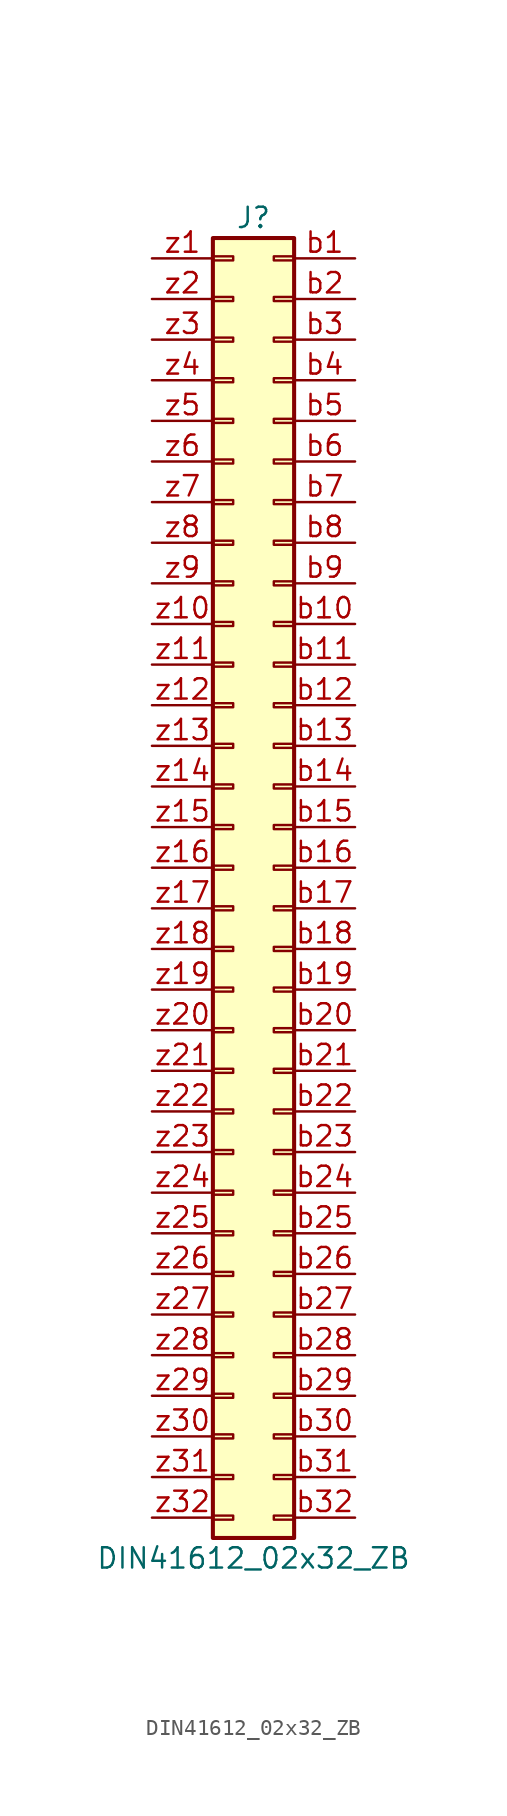
<source format=kicad_sym>
(kicad_symbol_lib
  (version 20201005)
  (generator kicad_symbol_editor)
  (symbol "Connector:DIN41612_02x32_ZB"
    (pin_names
      (offset 1.016) hide)
    (property "Reference" "J"
      (at 1.27 40.64 0)
      (effects (font (size 1.27 1.27))))
    (property "Value" "DIN41612_02x32_ZB"
      (at 1.27 -43.18 0)
      (effects (font (size 1.27 1.27))))
    (symbol "DIN41612_02x32_ZB_1_1"
      (rectangle (start -1.27 -40.513) (end 0 -40.767) (stroke (width 0.152)) (fill (type none)))
      (rectangle (start -1.27 -37.973) (end 0 -38.227) (stroke (width 0.152)) (fill (type none)))
      (rectangle (start -1.27 -35.433) (end 0 -35.687) (stroke (width 0.152)) (fill (type none)))
      (rectangle (start -1.27 -32.893) (end 0 -33.147) (stroke (width 0.152)) (fill (type none)))
      (rectangle (start -1.27 -30.353) (end 0 -30.607) (stroke (width 0.152)) (fill (type none)))
      (rectangle (start -1.27 -27.813) (end 0 -28.067) (stroke (width 0.152)) (fill (type none)))
      (rectangle (start -1.27 -25.273) (end 0 -25.527) (stroke (width 0.152)) (fill (type none)))
      (rectangle (start -1.27 -22.733) (end 0 -22.987) (stroke (width 0.152)) (fill (type none)))
      (rectangle (start -1.27 -20.193) (end 0 -20.447) (stroke (width 0.152)) (fill (type none)))
      (rectangle (start -1.27 -17.653) (end 0 -17.907) (stroke (width 0.152)) (fill (type none)))
      (rectangle (start -1.27 -15.113) (end 0 -15.367) (stroke (width 0.152)) (fill (type none)))
      (rectangle (start -1.27 -12.573) (end 0 -12.827) (stroke (width 0.152)) (fill (type none)))
      (rectangle (start -1.27 -10.033) (end 0 -10.287) (stroke (width 0.152)) (fill (type none)))
      (rectangle (start -1.27 -7.493) (end 0 -7.747) (stroke (width 0.152)) (fill (type none)))
      (rectangle (start -1.27 -4.953) (end 0 -5.207) (stroke (width 0.152)) (fill (type none)))
      (rectangle (start -1.27 -2.413) (end 0 -2.667) (stroke (width 0.152)) (fill (type none)))
      (rectangle (start -1.27 0.127) (end 0 -0.127) (stroke (width 0.152)) (fill (type none)))
      (rectangle (start -1.27 2.667) (end 0 2.413) (stroke (width 0.152)) (fill (type none)))
      (rectangle (start -1.27 5.207) (end 0 4.953) (stroke (width 0.152)) (fill (type none)))
      (rectangle (start -1.27 7.747) (end 0 7.493) (stroke (width 0.152)) (fill (type none)))
      (rectangle (start -1.27 10.287) (end 0 10.033) (stroke (width 0.152)) (fill (type none)))
      (rectangle (start -1.27 12.827) (end 0 12.573) (stroke (width 0.152)) (fill (type none)))
      (rectangle (start -1.27 15.367) (end 0 15.113) (stroke (width 0.152)) (fill (type none)))
      (rectangle (start -1.27 17.907) (end 0 17.653) (stroke (width 0.152)) (fill (type none)))
      (rectangle (start -1.27 20.447) (end 0 20.193) (stroke (width 0.152)) (fill (type none)))
      (rectangle (start -1.27 22.987) (end 0 22.733) (stroke (width 0.152)) (fill (type none)))
      (rectangle (start -1.27 25.527) (end 0 25.273) (stroke (width 0.152)) (fill (type none)))
      (rectangle (start -1.27 28.067) (end 0 27.813) (stroke (width 0.152)) (fill (type none)))
      (rectangle (start -1.27 30.607) (end 0 30.353) (stroke (width 0.152)) (fill (type none)))
      (rectangle (start -1.27 33.147) (end 0 32.893) (stroke (width 0.152)) (fill (type none)))
      (rectangle (start -1.27 35.687) (end 0 35.433) (stroke (width 0.152)) (fill (type none)))
      (rectangle (start -1.27 38.227) (end 0 37.973) (stroke (width 0.152)) (fill (type none)))
      (rectangle (start -1.27 39.37) (end 3.81 -41.91) (stroke (width 0.254)) (fill (type background)))
      (rectangle (start 3.81 -40.513) (end 2.54 -40.767) (stroke (width 0.152)) (fill (type none)))
      (rectangle (start 3.81 -37.973) (end 2.54 -38.227) (stroke (width 0.152)) (fill (type none)))
      (rectangle (start 3.81 -35.433) (end 2.54 -35.687) (stroke (width 0.152)) (fill (type none)))
      (rectangle (start 3.81 -32.893) (end 2.54 -33.147) (stroke (width 0.152)) (fill (type none)))
      (rectangle (start 3.81 -30.353) (end 2.54 -30.607) (stroke (width 0.152)) (fill (type none)))
      (rectangle (start 3.81 -27.813) (end 2.54 -28.067) (stroke (width 0.152)) (fill (type none)))
      (rectangle (start 3.81 -25.273) (end 2.54 -25.527) (stroke (width 0.152)) (fill (type none)))
      (rectangle (start 3.81 -22.733) (end 2.54 -22.987) (stroke (width 0.152)) (fill (type none)))
      (rectangle (start 3.81 -20.193) (end 2.54 -20.447) (stroke (width 0.152)) (fill (type none)))
      (rectangle (start 3.81 -17.653) (end 2.54 -17.907) (stroke (width 0.152)) (fill (type none)))
      (rectangle (start 3.81 -15.113) (end 2.54 -15.367) (stroke (width 0.152)) (fill (type none)))
      (rectangle (start 3.81 -12.573) (end 2.54 -12.827) (stroke (width 0.152)) (fill (type none)))
      (rectangle (start 3.81 -10.033) (end 2.54 -10.287) (stroke (width 0.152)) (fill (type none)))
      (rectangle (start 3.81 -7.493) (end 2.54 -7.747) (stroke (width 0.152)) (fill (type none)))
      (rectangle (start 3.81 -4.953) (end 2.54 -5.207) (stroke (width 0.152)) (fill (type none)))
      (rectangle (start 3.81 -2.413) (end 2.54 -2.667) (stroke (width 0.152)) (fill (type none)))
      (rectangle (start 3.81 0.127) (end 2.54 -0.127) (stroke (width 0.152)) (fill (type none)))
      (rectangle (start 3.81 2.667) (end 2.54 2.413) (stroke (width 0.152)) (fill (type none)))
      (rectangle (start 3.81 5.207) (end 2.54 4.953) (stroke (width 0.152)) (fill (type none)))
      (rectangle (start 3.81 7.747) (end 2.54 7.493) (stroke (width 0.152)) (fill (type none)))
      (rectangle (start 3.81 10.287) (end 2.54 10.033) (stroke (width 0.152)) (fill (type none)))
      (rectangle (start 3.81 12.827) (end 2.54 12.573) (stroke (width 0.152)) (fill (type none)))
      (rectangle (start 3.81 15.367) (end 2.54 15.113) (stroke (width 0.152)) (fill (type none)))
      (rectangle (start 3.81 17.907) (end 2.54 17.653) (stroke (width 0.152)) (fill (type none)))
      (rectangle (start 3.81 20.447) (end 2.54 20.193) (stroke (width 0.152)) (fill (type none)))
      (rectangle (start 3.81 22.987) (end 2.54 22.733) (stroke (width 0.152)) (fill (type none)))
      (rectangle (start 3.81 25.527) (end 2.54 25.273) (stroke (width 0.152)) (fill (type none)))
      (rectangle (start 3.81 28.067) (end 2.54 27.813) (stroke (width 0.152)) (fill (type none)))
      (rectangle (start 3.81 30.607) (end 2.54 30.353) (stroke (width 0.152)) (fill (type none)))
      (rectangle (start 3.81 33.147) (end 2.54 32.893) (stroke (width 0.152)) (fill (type none)))
      (rectangle (start 3.81 35.687) (end 2.54 35.433) (stroke (width 0.152)) (fill (type none)))
      (rectangle (start 3.81 38.227) (end 2.54 37.973) (stroke (width 0.152)) (fill (type none)))
      (pin passive line (at 7.62 38.1 180) (length 3.81) (name "Pin_b1" (effects (font (size 1.27 1.27)))) (number "b1" (effects (font (size 1.27 1.27)))))
      (pin passive line (at 7.62 15.24 180) (length 3.81) (name "Pin_b10" (effects (font (size 1.27 1.27)))) (number "b10" (effects (font (size 1.27 1.27)))))
      (pin passive line (at 7.62 12.7 180) (length 3.81) (name "Pin_b11" (effects (font (size 1.27 1.27)))) (number "b11" (effects (font (size 1.27 1.27)))))
      (pin passive line (at 7.62 10.16 180) (length 3.81) (name "Pin_b12" (effects (font (size 1.27 1.27)))) (number "b12" (effects (font (size 1.27 1.27)))))
      (pin passive line (at 7.62 7.62 180) (length 3.81) (name "Pin_b13" (effects (font (size 1.27 1.27)))) (number "b13" (effects (font (size 1.27 1.27)))))
      (pin passive line (at 7.62 5.08 180) (length 3.81) (name "Pin_b14" (effects (font (size 1.27 1.27)))) (number "b14" (effects (font (size 1.27 1.27)))))
      (pin passive line (at 7.62 2.54 180) (length 3.81) (name "Pin_b15" (effects (font (size 1.27 1.27)))) (number "b15" (effects (font (size 1.27 1.27)))))
      (pin passive line (at 7.62 0 180) (length 3.81) (name "Pin_b16" (effects (font (size 1.27 1.27)))) (number "b16" (effects (font (size 1.27 1.27)))))
      (pin passive line (at 7.62 -2.54 180) (length 3.81) (name "Pin_b17" (effects (font (size 1.27 1.27)))) (number "b17" (effects (font (size 1.27 1.27)))))
      (pin passive line (at 7.62 -5.08 180) (length 3.81) (name "Pin_b18" (effects (font (size 1.27 1.27)))) (number "b18" (effects (font (size 1.27 1.27)))))
      (pin passive line (at 7.62 -7.62 180) (length 3.81) (name "Pin_b19" (effects (font (size 1.27 1.27)))) (number "b19" (effects (font (size 1.27 1.27)))))
      (pin passive line (at 7.62 35.56 180) (length 3.81) (name "Pin_b2" (effects (font (size 1.27 1.27)))) (number "b2" (effects (font (size 1.27 1.27)))))
      (pin passive line (at 7.62 -10.16 180) (length 3.81) (name "Pin_b20" (effects (font (size 1.27 1.27)))) (number "b20" (effects (font (size 1.27 1.27)))))
      (pin passive line (at 7.62 -12.7 180) (length 3.81) (name "Pin_b21" (effects (font (size 1.27 1.27)))) (number "b21" (effects (font (size 1.27 1.27)))))
      (pin passive line (at 7.62 -15.24 180) (length 3.81) (name "Pin_b22" (effects (font (size 1.27 1.27)))) (number "b22" (effects (font (size 1.27 1.27)))))
      (pin passive line (at 7.62 -17.78 180) (length 3.81) (name "Pin_b23" (effects (font (size 1.27 1.27)))) (number "b23" (effects (font (size 1.27 1.27)))))
      (pin passive line (at 7.62 -20.32 180) (length 3.81) (name "Pin_b24" (effects (font (size 1.27 1.27)))) (number "b24" (effects (font (size 1.27 1.27)))))
      (pin passive line (at 7.62 -22.86 180) (length 3.81) (name "Pin_b25" (effects (font (size 1.27 1.27)))) (number "b25" (effects (font (size 1.27 1.27)))))
      (pin passive line (at 7.62 -25.4 180) (length 3.81) (name "Pin_b26" (effects (font (size 1.27 1.27)))) (number "b26" (effects (font (size 1.27 1.27)))))
      (pin passive line (at 7.62 -27.94 180) (length 3.81) (name "Pin_b27" (effects (font (size 1.27 1.27)))) (number "b27" (effects (font (size 1.27 1.27)))))
      (pin passive line (at 7.62 -30.48 180) (length 3.81) (name "Pin_b28" (effects (font (size 1.27 1.27)))) (number "b28" (effects (font (size 1.27 1.27)))))
      (pin passive line (at 7.62 -33.02 180) (length 3.81) (name "Pin_b29" (effects (font (size 1.27 1.27)))) (number "b29" (effects (font (size 1.27 1.27)))))
      (pin passive line (at 7.62 33.02 180) (length 3.81) (name "Pin_b3" (effects (font (size 1.27 1.27)))) (number "b3" (effects (font (size 1.27 1.27)))))
      (pin passive line (at 7.62 -35.56 180) (length 3.81) (name "Pin_b30" (effects (font (size 1.27 1.27)))) (number "b30" (effects (font (size 1.27 1.27)))))
      (pin passive line (at 7.62 -38.1 180) (length 3.81) (name "Pin_b31" (effects (font (size 1.27 1.27)))) (number "b31" (effects (font (size 1.27 1.27)))))
      (pin passive line (at 7.62 -40.64 180) (length 3.81) (name "Pin_b32" (effects (font (size 1.27 1.27)))) (number "b32" (effects (font (size 1.27 1.27)))))
      (pin passive line (at 7.62 30.48 180) (length 3.81) (name "Pin_b4" (effects (font (size 1.27 1.27)))) (number "b4" (effects (font (size 1.27 1.27)))))
      (pin passive line (at 7.62 27.94 180) (length 3.81) (name "Pin_b5" (effects (font (size 1.27 1.27)))) (number "b5" (effects (font (size 1.27 1.27)))))
      (pin passive line (at 7.62 25.4 180) (length 3.81) (name "Pin_b6" (effects (font (size 1.27 1.27)))) (number "b6" (effects (font (size 1.27 1.27)))))
      (pin passive line (at 7.62 22.86 180) (length 3.81) (name "Pin_b7" (effects (font (size 1.27 1.27)))) (number "b7" (effects (font (size 1.27 1.27)))))
      (pin passive line (at 7.62 20.32 180) (length 3.81) (name "Pin_b8" (effects (font (size 1.27 1.27)))) (number "b8" (effects (font (size 1.27 1.27)))))
      (pin passive line (at 7.62 17.78 180) (length 3.81) (name "Pin_b9" (effects (font (size 1.27 1.27)))) (number "b9" (effects (font (size 1.27 1.27)))))
      (pin passive line (at -5.08 38.1 0) (length 3.81) (name "Pin_z1" (effects (font (size 1.27 1.27)))) (number "z1" (effects (font (size 1.27 1.27)))))
      (pin passive line (at -5.08 15.24 0) (length 3.81) (name "Pin_z10" (effects (font (size 1.27 1.27)))) (number "z10" (effects (font (size 1.27 1.27)))))
      (pin passive line (at -5.08 12.7 0) (length 3.81) (name "Pin_z11" (effects (font (size 1.27 1.27)))) (number "z11" (effects (font (size 1.27 1.27)))))
      (pin passive line (at -5.08 10.16 0) (length 3.81) (name "Pin_z12" (effects (font (size 1.27 1.27)))) (number "z12" (effects (font (size 1.27 1.27)))))
      (pin passive line (at -5.08 7.62 0) (length 3.81) (name "Pin_z13" (effects (font (size 1.27 1.27)))) (number "z13" (effects (font (size 1.27 1.27)))))
      (pin passive line (at -5.08 5.08 0) (length 3.81) (name "Pin_z14" (effects (font (size 1.27 1.27)))) (number "z14" (effects (font (size 1.27 1.27)))))
      (pin passive line (at -5.08 2.54 0) (length 3.81) (name "Pin_z15" (effects (font (size 1.27 1.27)))) (number "z15" (effects (font (size 1.27 1.27)))))
      (pin passive line (at -5.08 0 0) (length 3.81) (name "Pin_z16" (effects (font (size 1.27 1.27)))) (number "z16" (effects (font (size 1.27 1.27)))))
      (pin passive line (at -5.08 -2.54 0) (length 3.81) (name "Pin_z17" (effects (font (size 1.27 1.27)))) (number "z17" (effects (font (size 1.27 1.27)))))
      (pin passive line (at -5.08 -5.08 0) (length 3.81) (name "Pin_z18" (effects (font (size 1.27 1.27)))) (number "z18" (effects (font (size 1.27 1.27)))))
      (pin passive line (at -5.08 -7.62 0) (length 3.81) (name "Pin_z19" (effects (font (size 1.27 1.27)))) (number "z19" (effects (font (size 1.27 1.27)))))
      (pin passive line (at -5.08 35.56 0) (length 3.81) (name "Pin_z2" (effects (font (size 1.27 1.27)))) (number "z2" (effects (font (size 1.27 1.27)))))
      (pin passive line (at -5.08 -10.16 0) (length 3.81) (name "Pin_z20" (effects (font (size 1.27 1.27)))) (number "z20" (effects (font (size 1.27 1.27)))))
      (pin passive line (at -5.08 -12.7 0) (length 3.81) (name "Pin_z21" (effects (font (size 1.27 1.27)))) (number "z21" (effects (font (size 1.27 1.27)))))
      (pin passive line (at -5.08 -15.24 0) (length 3.81) (name "Pin_z22" (effects (font (size 1.27 1.27)))) (number "z22" (effects (font (size 1.27 1.27)))))
      (pin passive line (at -5.08 -17.78 0) (length 3.81) (name "Pin_z23" (effects (font (size 1.27 1.27)))) (number "z23" (effects (font (size 1.27 1.27)))))
      (pin passive line (at -5.08 -20.32 0) (length 3.81) (name "Pin_z24" (effects (font (size 1.27 1.27)))) (number "z24" (effects (font (size 1.27 1.27)))))
      (pin passive line (at -5.08 -22.86 0) (length 3.81) (name "Pin_z25" (effects (font (size 1.27 1.27)))) (number "z25" (effects (font (size 1.27 1.27)))))
      (pin passive line (at -5.08 -25.4 0) (length 3.81) (name "Pin_z26" (effects (font (size 1.27 1.27)))) (number "z26" (effects (font (size 1.27 1.27)))))
      (pin passive line (at -5.08 -27.94 0) (length 3.81) (name "Pin_z27" (effects (font (size 1.27 1.27)))) (number "z27" (effects (font (size 1.27 1.27)))))
      (pin passive line (at -5.08 -30.48 0) (length 3.81) (name "Pin_z28" (effects (font (size 1.27 1.27)))) (number "z28" (effects (font (size 1.27 1.27)))))
      (pin passive line (at -5.08 -33.02 0) (length 3.81) (name "Pin_z29" (effects (font (size 1.27 1.27)))) (number "z29" (effects (font (size 1.27 1.27)))))
      (pin passive line (at -5.08 33.02 0) (length 3.81) (name "Pin_z3" (effects (font (size 1.27 1.27)))) (number "z3" (effects (font (size 1.27 1.27)))))
      (pin passive line (at -5.08 -35.56 0) (length 3.81) (name "Pin_z30" (effects (font (size 1.27 1.27)))) (number "z30" (effects (font (size 1.27 1.27)))))
      (pin passive line (at -5.08 -38.1 0) (length 3.81) (name "Pin_z31" (effects (font (size 1.27 1.27)))) (number "z31" (effects (font (size 1.27 1.27)))))
      (pin passive line (at -5.08 -40.64 0) (length 3.81) (name "Pin_z32" (effects (font (size 1.27 1.27)))) (number "z32" (effects (font (size 1.27 1.27)))))
      (pin passive line (at -5.08 30.48 0) (length 3.81) (name "Pin_z4" (effects (font (size 1.27 1.27)))) (number "z4" (effects (font (size 1.27 1.27)))))
      (pin passive line (at -5.08 27.94 0) (length 3.81) (name "Pin_z5" (effects (font (size 1.27 1.27)))) (number "z5" (effects (font (size 1.27 1.27)))))
      (pin passive line (at -5.08 25.4 0) (length 3.81) (name "Pin_z6" (effects (font (size 1.27 1.27)))) (number "z6" (effects (font (size 1.27 1.27)))))
      (pin passive line (at -5.08 22.86 0) (length 3.81) (name "Pin_z7" (effects (font (size 1.27 1.27)))) (number "z7" (effects (font (size 1.27 1.27)))))
      (pin passive line (at -5.08 20.32 0) (length 3.81) (name "Pin_z8" (effects (font (size 1.27 1.27)))) (number "z8" (effects (font (size 1.27 1.27)))))
      (pin passive line (at -5.08 17.78 0) (length 3.81) (name "Pin_z9" (effects (font (size 1.27 1.27)))) (number "z9" (effects (font (size 1.27 1.27))))))))
</source>
